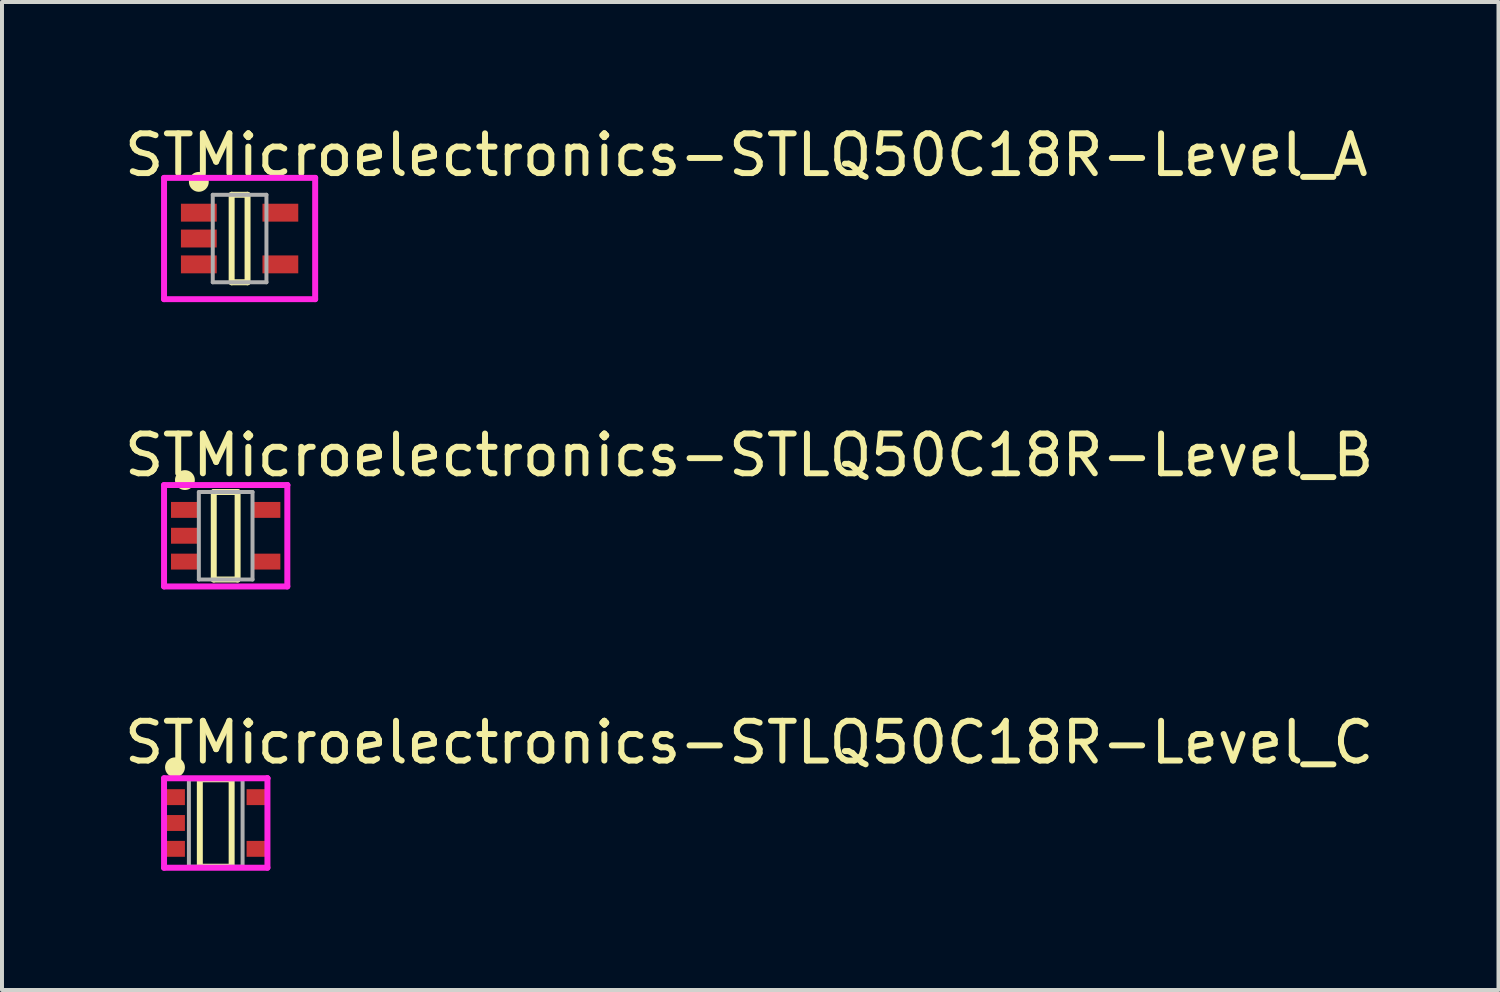
<source format=kicad_pcb>
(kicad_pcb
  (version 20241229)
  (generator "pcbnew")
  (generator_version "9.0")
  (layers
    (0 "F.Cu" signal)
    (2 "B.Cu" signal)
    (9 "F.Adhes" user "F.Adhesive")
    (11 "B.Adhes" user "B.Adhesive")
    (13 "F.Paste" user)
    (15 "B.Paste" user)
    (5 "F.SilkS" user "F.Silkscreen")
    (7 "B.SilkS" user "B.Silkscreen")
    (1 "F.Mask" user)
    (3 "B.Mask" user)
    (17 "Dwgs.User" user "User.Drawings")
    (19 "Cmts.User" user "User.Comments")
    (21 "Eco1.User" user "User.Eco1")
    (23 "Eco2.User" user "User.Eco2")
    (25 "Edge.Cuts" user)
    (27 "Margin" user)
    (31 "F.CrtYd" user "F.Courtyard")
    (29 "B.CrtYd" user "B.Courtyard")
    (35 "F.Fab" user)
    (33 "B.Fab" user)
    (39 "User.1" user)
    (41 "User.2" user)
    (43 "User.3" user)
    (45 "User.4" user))
  (footprint "STMicroelectronics-STLQ50C18R-Level_C"
    (layer "F.Cu")
    (at 2.375 17.645)
    (property "Reference" "STMicroelectronics-STLQ50C18R-Level_C" (at -2.375 -2.025 0) (layer "F.SilkS") (effects (font (size 1 1) (thickness 0.15)) (justify left)))
    (attr through_hole)
    (fp_line (start -0.4 -1.1) (end 0.4 -1.1) (stroke (width 0.15) (type solid)) (layer "F.SilkS"))
    (fp_line (start -0.4 1.1) (end -0.4 -1.1) (stroke (width 0.15) (type solid)) (layer "F.SilkS"))
    (fp_line (start -0.4 1.1) (end 0.4 1.1) (stroke (width 0.15) (type solid)) (layer "F.SilkS"))
    (fp_line (start 0.4 1.1) (end 0.4 -1.1) (stroke (width 0.15) (type solid)) (layer "F.SilkS"))
    (fp_circle (center -1.025 -1.4) (end -0.9 -1.4) (stroke (width 0.25) (type solid)) (fill no) (layer "F.SilkS"))
    (fp_line (start -1.3 -1.125) (end -1.3 1.125) (stroke (width 0.15) (type solid)) (layer "F.CrtYd"))
    (fp_line (start -1.3 1.125) (end 1.3 1.125) (stroke (width 0.15) (type solid)) (layer "F.CrtYd"))
    (fp_line (start 1.3 -1.125) (end -1.3 -1.125) (stroke (width 0.15) (type solid)) (layer "F.CrtYd"))
    (fp_line (start 1.3 -1.125) (end 1.3 -1.125) (stroke (width 0.15) (type solid)) (layer "F.CrtYd"))
    (fp_line (start 1.3 1.125) (end 1.3 -1.125) (stroke (width 0.15) (type solid)) (layer "F.CrtYd"))
    (fp_line (start -0.675 -1.1) (end 0.675 -1.1) (stroke (width 0.1) (type solid)) (layer "F.Fab"))
    (fp_line (start -0.675 1.1) (end -0.675 -1.1) (stroke (width 0.1) (type solid)) (layer "F.Fab"))
    (fp_line (start -0.675 1.1) (end 0.675 1.1) (stroke (width 0.1) (type solid)) (layer "F.Fab"))
    (fp_line (start 0.675 1.1) (end 0.675 -1.1) (stroke (width 0.1) (type solid)) (layer "F.Fab"))
    (pad "1" smd rect (at -1.025 -0.65 270) (size 0.4 0.5) (layers "F.Cu" "F.Mask" "F.Paste"))
    (pad "2" smd rect (at -1.025 -0.000001 270) (size 0.4 0.5) (layers "F.Cu" "F.Mask" "F.Paste"))
    (pad "3" smd rect (at -1.025 0.65 270) (size 0.4 0.5) (layers "F.Cu" "F.Mask" "F.Paste"))
    (pad "4" smd rect (at 1.025 0.65 270) (size 0.4 0.5) (layers "F.Cu" "F.Mask" "F.Paste"))
    (pad "5" smd rect (at 1.025 -0.65 270) (size 0.4 0.5) (layers "F.Cu" "F.Mask" "F.Paste")))
  (footprint "STMicroelectronics-STLQ50C18R-Level_A"
    (layer "F.Cu")
    (at 2.975 2.948)
    (property "Reference" "STMicroelectronics-STLQ50C18R-Level_A" (at -2.975 -2.1 0) (layer "F.SilkS") (effects (font (size 1 1) (thickness 0.15)) (justify left)))
    (attr through_hole)
    (fp_line (start -0.2 -1.1) (end 0.2 -1.1) (stroke (width 0.15) (type solid)) (layer "F.SilkS"))
    (fp_line (start -0.2 1.1) (end -0.2 -1.1) (stroke (width 0.15) (type solid)) (layer "F.SilkS"))
    (fp_line (start -0.2 1.1) (end 0.2 1.1) (stroke (width 0.15) (type solid)) (layer "F.SilkS"))
    (fp_line (start 0.2 1.1) (end 0.2 -1.1) (stroke (width 0.15) (type solid)) (layer "F.SilkS"))
    (fp_circle (center -1.025 -1.425) (end -0.9 -1.425) (stroke (width 0.25) (type solid)) (fill no) (layer "F.SilkS"))
    (fp_line (start -1.9 -1.525) (end -1.9 1.525) (stroke (width 0.15) (type solid)) (layer "F.CrtYd"))
    (fp_line (start -1.9 1.525) (end 1.9 1.525) (stroke (width 0.15) (type solid)) (layer "F.CrtYd"))
    (fp_line (start 1.9 -1.525) (end -1.9 -1.525) (stroke (width 0.15) (type solid)) (layer "F.CrtYd"))
    (fp_line (start 1.9 -1.525) (end 1.9 -1.525) (stroke (width 0.15) (type solid)) (layer "F.CrtYd"))
    (fp_line (start 1.9 1.525) (end 1.9 -1.525) (stroke (width 0.15) (type solid)) (layer "F.CrtYd"))
    (fp_line (start -0.675 -1.1) (end 0.675 -1.1) (stroke (width 0.1) (type solid)) (layer "F.Fab"))
    (fp_line (start -0.675 1.1) (end -0.675 -1.1) (stroke (width 0.1) (type solid)) (layer "F.Fab"))
    (fp_line (start -0.675 1.1) (end 0.675 1.1) (stroke (width 0.1) (type solid)) (layer "F.Fab"))
    (fp_line (start 0.675 1.1) (end 0.675 -1.1) (stroke (width 0.1) (type solid)) (layer "F.Fab"))
    (pad "1" smd rect (at -1.025 -0.65 270) (size 0.45 0.9) (layers "F.Cu" "F.Mask" "F.Paste"))
    (pad "2" smd rect (at -1.025 -0.000001 270) (size 0.45 0.9) (layers "F.Cu" "F.Mask" "F.Paste"))
    (pad "3" smd rect (at -1.025 0.65 270) (size 0.45 0.9) (layers "F.Cu" "F.Mask" "F.Paste"))
    (pad "4" smd rect (at 1.025 0.65 270) (size 0.45 0.9) (layers "F.Cu" "F.Mask" "F.Paste"))
    (pad "5" smd rect (at 1.025 -0.65 270) (size 0.45 0.9) (layers "F.Cu" "F.Mask" "F.Paste")))
  (footprint "STMicroelectronics-STLQ50C18R-Level_B"
    (layer "F.Cu")
    (at 2.625 10.422)
    (property "Reference" "STMicroelectronics-STLQ50C18R-Level_B" (at -2.625 -2.025 0) (layer "F.SilkS") (effects (font (size 1 1) (thickness 0.15)) (justify left)))
    (attr through_hole)
    (fp_line (start -0.3 -1.1) (end 0.3 -1.1) (stroke (width 0.15) (type solid)) (layer "F.SilkS"))
    (fp_line (start -0.3 1.1) (end -0.3 -1.1) (stroke (width 0.15) (type solid)) (layer "F.SilkS"))
    (fp_line (start -0.3 1.1) (end 0.3 1.1) (stroke (width 0.15) (type solid)) (layer "F.SilkS"))
    (fp_line (start 0.3 1.1) (end 0.3 -1.1) (stroke (width 0.15) (type solid)) (layer "F.SilkS"))
    (fp_circle (center -1.025 -1.4) (end -0.9 -1.4) (stroke (width 0.25) (type solid)) (fill no) (layer "F.SilkS"))
    (fp_line (start -1.55 -1.275) (end -1.55 1.275) (stroke (width 0.15) (type solid)) (layer "F.CrtYd"))
    (fp_line (start -1.55 1.275) (end 1.55 1.275) (stroke (width 0.15) (type solid)) (layer "F.CrtYd"))
    (fp_line (start 1.55 -1.275) (end -1.55 -1.275) (stroke (width 0.15) (type solid)) (layer "F.CrtYd"))
    (fp_line (start 1.55 -1.275) (end 1.55 -1.275) (stroke (width 0.15) (type solid)) (layer "F.CrtYd"))
    (fp_line (start 1.55 1.275) (end 1.55 -1.275) (stroke (width 0.15) (type solid)) (layer "F.CrtYd"))
    (fp_line (start -0.675 -1.1) (end 0.675 -1.1) (stroke (width 0.1) (type solid)) (layer "F.Fab"))
    (fp_line (start -0.675 1.1) (end -0.675 -1.1) (stroke (width 0.1) (type solid)) (layer "F.Fab"))
    (fp_line (start -0.675 1.1) (end 0.675 1.1) (stroke (width 0.1) (type solid)) (layer "F.Fab"))
    (fp_line (start 0.675 1.1) (end 0.675 -1.1) (stroke (width 0.1) (type solid)) (layer "F.Fab"))
    (pad "1" smd rect (at -1.025 -0.65 270) (size 0.4 0.7) (layers "F.Cu" "F.Mask" "F.Paste"))
    (pad "2" smd rect (at -1.025 -0.000001 270) (size 0.4 0.7) (layers "F.Cu" "F.Mask" "F.Paste"))
    (pad "3" smd rect (at -1.025 0.65 270) (size 0.4 0.7) (layers "F.Cu" "F.Mask" "F.Paste"))
    (pad "4" smd rect (at 1.025 0.65 270) (size 0.4 0.7) (layers "F.Cu" "F.Mask" "F.Paste"))
    (pad "5" smd rect (at 1.025 -0.65 270) (size 0.4 0.7) (layers "F.Cu" "F.Mask" "F.Paste")))
  (gr_rect
    (start -3 -3)
    (end 34.631 21.845)
    (stroke (width 0.1) (type default))
    (fill no)
    (layer "Edge.Cuts")))
</source>
